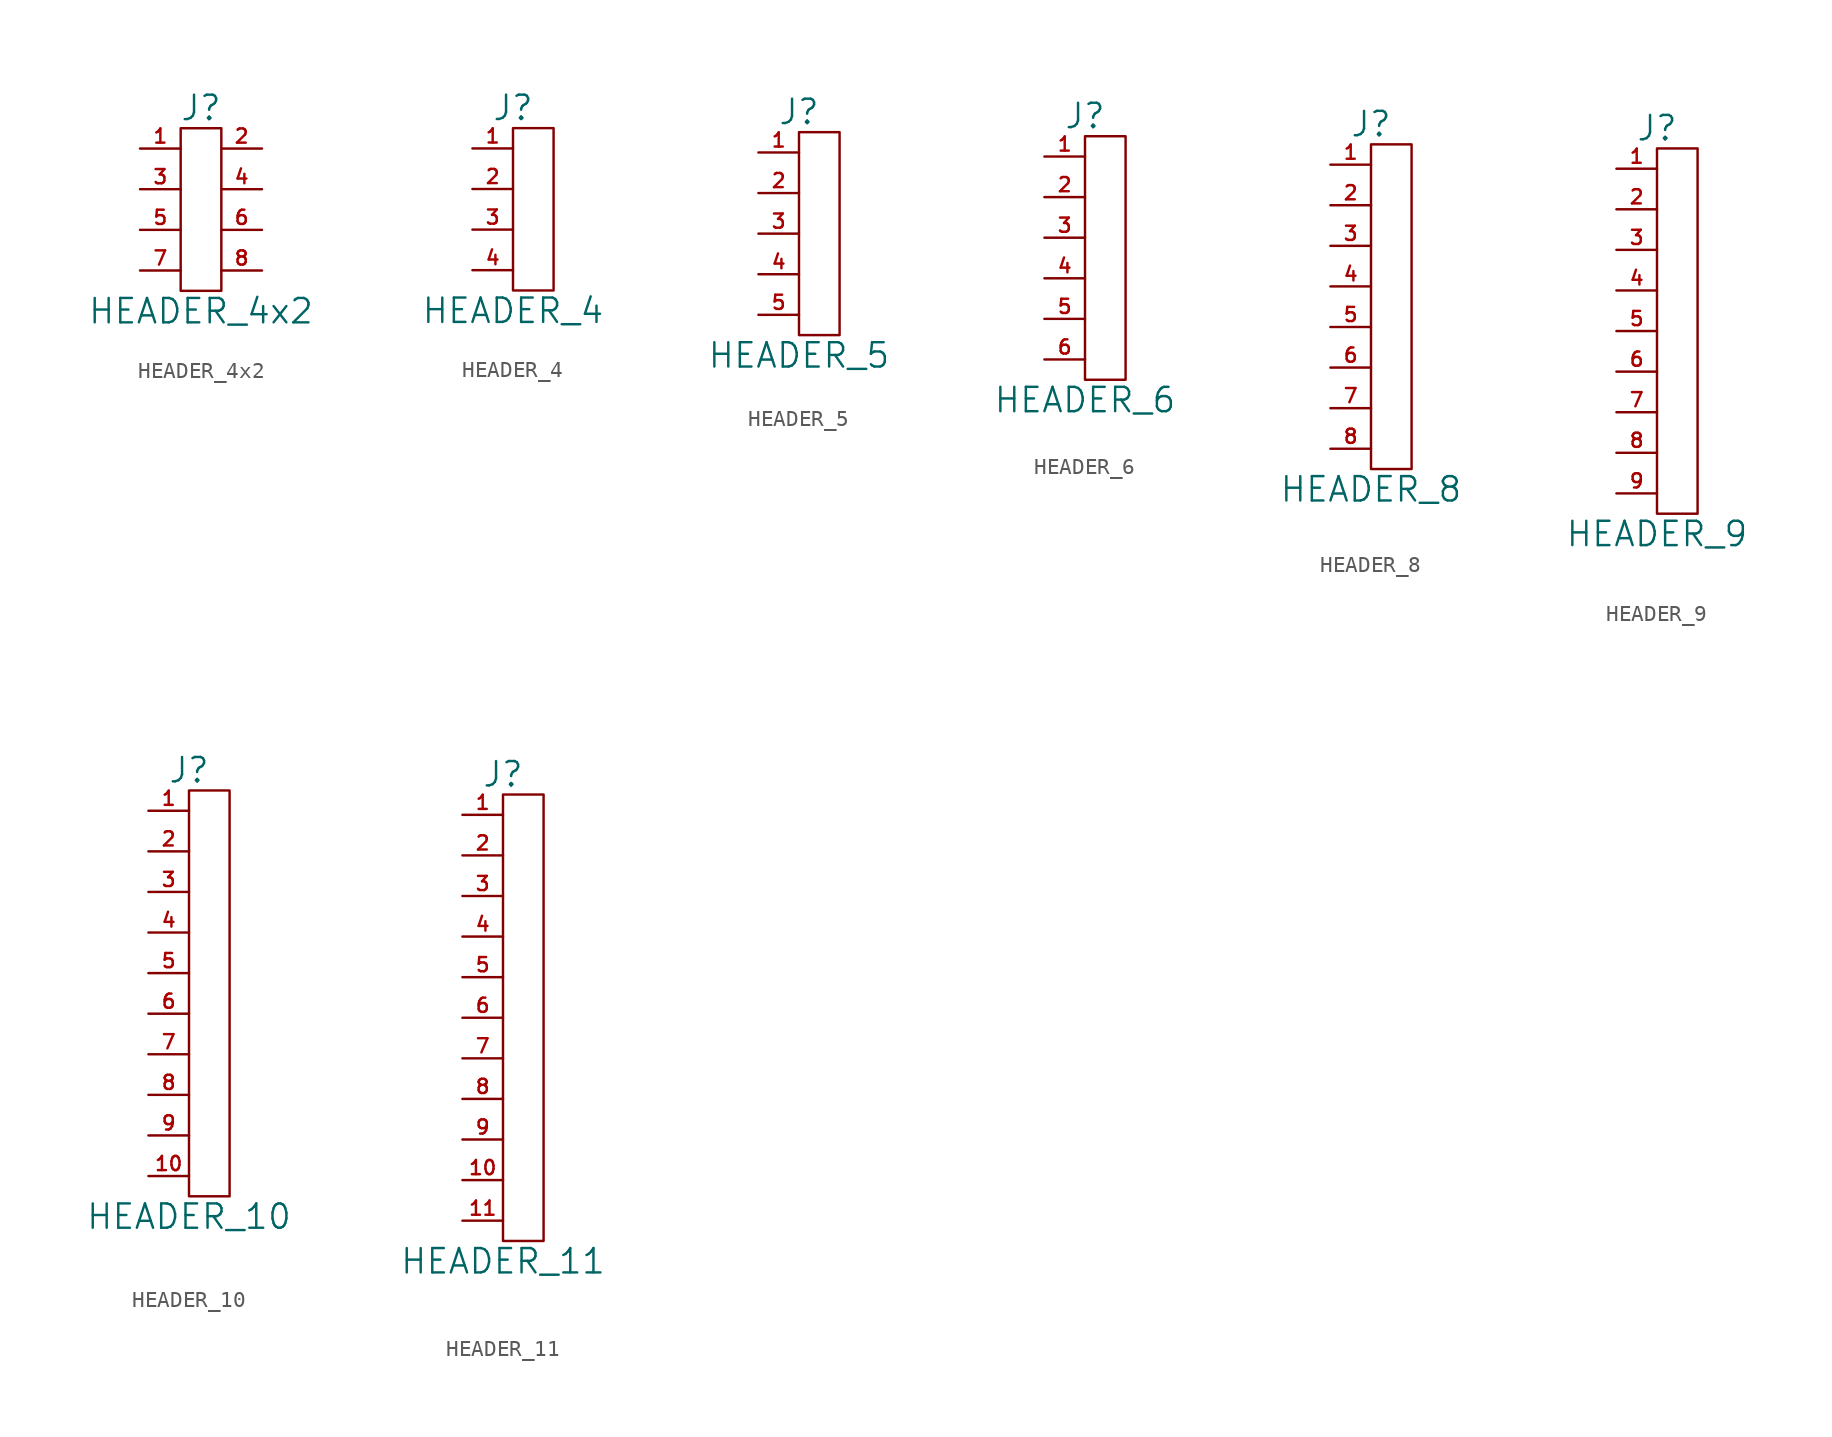
<source format=kicad_sym>
(kicad_symbol_lib
  (version 20211014)
  (generator kicad_symbol_editor)
  (symbol "HEADER_4x2"
    (pin_names
      (offset 0))
    (property "Reference" "J"
      (at 0 6.35 0)
      (effects (font (size 1.524 1.524))))
    (property "Value" "HEADER_4x2"
      (at 0 -6.35 0)
      (effects (font (size 1.524 1.524))))
    (property "Footprint" ""
      (at 0 0 0)
      (effects (font (size 1.524 1.524))))
    (property "Datasheet" ""
      (at 0 0 0)
      (effects (font (size 1.524 1.524))))
    (symbol "HEADER_4x2_0_1"
      (rectangle (start 1.27 5.08) (end -1.27 -5.08) (stroke (width 0) (type default) (color 0 0 0 0)) (fill (type none))))
    (symbol "HEADER_4x2_1_1"
      (pin passive line (at -3.81 3.81 0) (length 2.54) (name "~" (effects (font (size 1.27 1.27)))) (number "1" (effects (font (size 0.889 0.889)))))
      (pin passive line (at 3.81 3.81 180) (length 2.54) (name "~" (effects (font (size 1.27 1.27)))) (number "2" (effects (font (size 0.889 0.889)))))
      (pin passive line (at -3.81 1.27 0) (length 2.54) (name "~" (effects (font (size 1.27 1.27)))) (number "3" (effects (font (size 0.889 0.889)))))
      (pin passive line (at 3.81 1.27 180) (length 2.54) (name "~" (effects (font (size 1.27 1.27)))) (number "4" (effects (font (size 0.889 0.889)))))
      (pin passive line (at -3.81 -1.27 0) (length 2.54) (name "~" (effects (font (size 1.27 1.27)))) (number "5" (effects (font (size 0.889 0.889)))))
      (pin passive line (at 3.81 -1.27 180) (length 2.54) (name "~" (effects (font (size 1.27 1.27)))) (number "6" (effects (font (size 0.889 0.889)))))
      (pin passive line (at -3.81 -3.81 0) (length 2.54) (name "~" (effects (font (size 1.27 1.27)))) (number "7" (effects (font (size 0.889 0.889)))))
      (pin passive line (at 3.81 -3.81 180) (length 2.54) (name "~" (effects (font (size 1.27 1.27)))) (number "8" (effects (font (size 0.889 0.889)))))))
  (symbol "HEADER_4"
    (pin_names
      (offset 0))
    (property "Reference" "J"
      (at 0 6.35 0)
      (effects (font (size 1.524 1.524))))
    (property "Value" "HEADER_4"
      (at 0 -6.35 0)
      (effects (font (size 1.524 1.524))))
    (property "Footprint" ""
      (at 0 0 0)
      (effects (font (size 1.524 1.524))))
    (property "Datasheet" ""
      (at 0 0 0)
      (effects (font (size 1.524 1.524))))
    (symbol "HEADER_4_0_1"
      (rectangle (start 2.54 5.08) (end 0 -5.08) (stroke (width 0) (type default) (color 0 0 0 0)) (fill (type none))))
    (symbol "HEADER_4_1_1"
      (pin passive line (at -2.54 3.81 0) (length 2.54) (name "~" (effects (font (size 1.27 1.27)))) (number "1" (effects (font (size 0.889 0.889)))))
      (pin passive line (at -2.54 1.27 0) (length 2.54) (name "~" (effects (font (size 1.27 1.27)))) (number "2" (effects (font (size 0.889 0.889)))))
      (pin passive line (at -2.54 -1.27 0) (length 2.54) (name "~" (effects (font (size 1.27 1.27)))) (number "3" (effects (font (size 0.889 0.889)))))
      (pin passive line (at -2.54 -3.81 0) (length 2.54) (name "~" (effects (font (size 1.27 1.27)))) (number "4" (effects (font (size 0.889 0.889)))))))
  (symbol "HEADER_5"
    (pin_names
      (offset 0))
    (property "Reference" "J"
      (at 0 7.62 0)
      (effects (font (size 1.524 1.524))))
    (property "Value" "HEADER_5"
      (at 0 -7.62 0)
      (effects (font (size 1.524 1.524))))
    (property "Footprint" ""
      (at 0 0 0)
      (effects (font (size 1.524 1.524))))
    (property "Datasheet" ""
      (at 0 0 0)
      (effects (font (size 1.524 1.524))))
    (symbol "HEADER_5_0_1"
      (rectangle (start 2.54 6.35) (end 0 -6.35) (stroke (width 0) (type default) (color 0 0 0 0)) (fill (type none))))
    (symbol "HEADER_5_1_1"
      (pin passive line (at -2.54 5.08 0) (length 2.54) (name "~" (effects (font (size 1.27 1.27)))) (number "1" (effects (font (size 0.889 0.889)))))
      (pin passive line (at -2.54 2.54 0) (length 2.54) (name "~" (effects (font (size 1.27 1.27)))) (number "2" (effects (font (size 0.889 0.889)))))
      (pin passive line (at -2.54 0 0) (length 2.54) (name "~" (effects (font (size 1.27 1.27)))) (number "3" (effects (font (size 0.889 0.889)))))
      (pin passive line (at -2.54 -2.54 0) (length 2.54) (name "~" (effects (font (size 1.27 1.27)))) (number "4" (effects (font (size 0.889 0.889)))))
      (pin passive line (at -2.54 -5.08 0) (length 2.54) (name "~" (effects (font (size 1.27 1.27)))) (number "5" (effects (font (size 0.889 0.889)))))))
  (symbol "HEADER_6"
    (pin_names
      (offset 0))
    (property "Reference" "J"
      (at 0 8.89 0)
      (effects (font (size 1.524 1.524))))
    (property "Value" "HEADER_6"
      (at 0 -8.89 0)
      (effects (font (size 1.524 1.524))))
    (property "Footprint" ""
      (at 0 0 0)
      (effects (font (size 1.524 1.524))))
    (property "Datasheet" ""
      (at 0 0 0)
      (effects (font (size 1.524 1.524))))
    (symbol "HEADER_6_0_1"
      (rectangle (start 2.54 7.62) (end 0 -7.62) (stroke (width 0) (type default) (color 0 0 0 0)) (fill (type none))))
    (symbol "HEADER_6_1_1"
      (pin passive line (at -2.54 6.35 0) (length 2.54) (name "~" (effects (font (size 1.27 1.27)))) (number "1" (effects (font (size 0.889 0.889)))))
      (pin passive line (at -2.54 3.81 0) (length 2.54) (name "~" (effects (font (size 1.27 1.27)))) (number "2" (effects (font (size 0.889 0.889)))))
      (pin passive line (at -2.54 1.27 0) (length 2.54) (name "~" (effects (font (size 1.27 1.27)))) (number "3" (effects (font (size 0.889 0.889)))))
      (pin passive line (at -2.54 -1.27 0) (length 2.54) (name "~" (effects (font (size 1.27 1.27)))) (number "4" (effects (font (size 0.889 0.889)))))
      (pin passive line (at -2.54 -3.81 0) (length 2.54) (name "~" (effects (font (size 1.27 1.27)))) (number "5" (effects (font (size 0.889 0.889)))))
      (pin passive line (at -2.54 -6.35 0) (length 2.54) (name "~" (effects (font (size 1.27 1.27)))) (number "6" (effects (font (size 0.889 0.889)))))))
  (symbol "HEADER_8"
    (pin_names
      (offset 0))
    (property "Reference" "J"
      (at 0 11.43 0)
      (effects (font (size 1.524 1.524))))
    (property "Value" "HEADER_8"
      (at 0 -11.43 0)
      (effects (font (size 1.524 1.524))))
    (property "Footprint" ""
      (at 0 0 0)
      (effects (font (size 1.524 1.524))))
    (property "Datasheet" ""
      (at 0 0 0)
      (effects (font (size 1.524 1.524))))
    (symbol "HEADER_8_0_1"
      (rectangle (start 2.54 10.16) (end 0 -10.16) (stroke (width 0) (type default) (color 0 0 0 0)) (fill (type none))))
    (symbol "HEADER_8_1_1"
      (pin passive line (at -2.54 8.89 0) (length 2.54) (name "~" (effects (font (size 1.27 1.27)))) (number "1" (effects (font (size 0.889 0.889)))))
      (pin passive line (at -2.54 6.35 0) (length 2.54) (name "~" (effects (font (size 1.27 1.27)))) (number "2" (effects (font (size 0.889 0.889)))))
      (pin passive line (at -2.54 3.81 0) (length 2.54) (name "~" (effects (font (size 1.27 1.27)))) (number "3" (effects (font (size 0.889 0.889)))))
      (pin passive line (at -2.54 1.27 0) (length 2.54) (name "~" (effects (font (size 1.27 1.27)))) (number "4" (effects (font (size 0.889 0.889)))))
      (pin passive line (at -2.54 -1.27 0) (length 2.54) (name "~" (effects (font (size 1.27 1.27)))) (number "5" (effects (font (size 0.889 0.889)))))
      (pin passive line (at -2.54 -3.81 0) (length 2.54) (name "~" (effects (font (size 1.27 1.27)))) (number "6" (effects (font (size 0.889 0.889)))))
      (pin passive line (at -2.54 -6.35 0) (length 2.54) (name "~" (effects (font (size 1.27 1.27)))) (number "7" (effects (font (size 0.889 0.889)))))
      (pin passive line (at -2.54 -8.89 0) (length 2.54) (name "~" (effects (font (size 1.27 1.27)))) (number "8" (effects (font (size 0.889 0.889)))))))
  (symbol "HEADER_9"
    (pin_names
      (offset 0))
    (property "Reference" "J"
      (at 0 12.7 0)
      (effects (font (size 1.524 1.524))))
    (property "Value" "HEADER_9"
      (at 0 -12.7 0)
      (effects (font (size 1.524 1.524))))
    (property "Footprint" ""
      (at 0 0 0)
      (effects (font (size 1.524 1.524))))
    (property "Datasheet" ""
      (at 0 0 0)
      (effects (font (size 1.524 1.524))))
    (symbol "HEADER_9_0_1"
      (rectangle (start 2.54 11.43) (end 0 -11.43) (stroke (width 0) (type default) (color 0 0 0 0)) (fill (type none))))
    (symbol "HEADER_9_1_1"
      (pin passive line (at -2.54 10.16 0) (length 2.54) (name "~" (effects (font (size 1.27 1.27)))) (number "1" (effects (font (size 0.889 0.889)))))
      (pin passive line (at -2.54 7.62 0) (length 2.54) (name "~" (effects (font (size 1.27 1.27)))) (number "2" (effects (font (size 0.889 0.889)))))
      (pin passive line (at -2.54 5.08 0) (length 2.54) (name "~" (effects (font (size 1.27 1.27)))) (number "3" (effects (font (size 0.889 0.889)))))
      (pin passive line (at -2.54 2.54 0) (length 2.54) (name "~" (effects (font (size 1.27 1.27)))) (number "4" (effects (font (size 0.889 0.889)))))
      (pin passive line (at -2.54 0 0) (length 2.54) (name "~" (effects (font (size 1.27 1.27)))) (number "5" (effects (font (size 0.889 0.889)))))
      (pin passive line (at -2.54 -2.54 0) (length 2.54) (name "~" (effects (font (size 1.27 1.27)))) (number "6" (effects (font (size 0.889 0.889)))))
      (pin passive line (at -2.54 -5.08 0) (length 2.54) (name "~" (effects (font (size 1.27 1.27)))) (number "7" (effects (font (size 0.889 0.889)))))
      (pin passive line (at -2.54 -7.62 0) (length 2.54) (name "~" (effects (font (size 1.27 1.27)))) (number "8" (effects (font (size 0.889 0.889)))))
      (pin passive line (at -2.54 -10.16 0) (length 2.54) (name "~" (effects (font (size 1.27 1.27)))) (number "9" (effects (font (size 0.889 0.889)))))))
  (symbol "HEADER_10"
    (pin_names
      (offset 0))
    (property "Reference" "J"
      (at 0 13.97 0)
      (effects (font (size 1.524 1.524))))
    (property "Value" "HEADER_10"
      (at 0 -13.97 0)
      (effects (font (size 1.524 1.524))))
    (property "Footprint" ""
      (at 0 0 0)
      (effects (font (size 1.524 1.524))))
    (property "Datasheet" ""
      (at 0 0 0)
      (effects (font (size 1.524 1.524))))
    (symbol "HEADER_10_0_1"
      (rectangle (start 2.54 12.7) (end 0 -12.7) (stroke (width 0) (type default) (color 0 0 0 0)) (fill (type none))))
    (symbol "HEADER_10_1_1"
      (pin passive line (at -2.54 11.43 0) (length 2.54) (name "~" (effects (font (size 1.27 1.27)))) (number "1" (effects (font (size 0.889 0.889)))))
      (pin passive line (at -2.54 -11.43 0) (length 2.54) (name "~" (effects (font (size 1.27 1.27)))) (number "10" (effects (font (size 0.889 0.889)))))
      (pin passive line (at -2.54 8.89 0) (length 2.54) (name "~" (effects (font (size 1.27 1.27)))) (number "2" (effects (font (size 0.889 0.889)))))
      (pin passive line (at -2.54 6.35 0) (length 2.54) (name "~" (effects (font (size 1.27 1.27)))) (number "3" (effects (font (size 0.889 0.889)))))
      (pin passive line (at -2.54 3.81 0) (length 2.54) (name "~" (effects (font (size 1.27 1.27)))) (number "4" (effects (font (size 0.889 0.889)))))
      (pin passive line (at -2.54 1.27 0) (length 2.54) (name "~" (effects (font (size 1.27 1.27)))) (number "5" (effects (font (size 0.889 0.889)))))
      (pin passive line (at -2.54 -1.27 0) (length 2.54) (name "~" (effects (font (size 1.27 1.27)))) (number "6" (effects (font (size 0.889 0.889)))))
      (pin passive line (at -2.54 -3.81 0) (length 2.54) (name "~" (effects (font (size 1.27 1.27)))) (number "7" (effects (font (size 0.889 0.889)))))
      (pin passive line (at -2.54 -6.35 0) (length 2.54) (name "~" (effects (font (size 1.27 1.27)))) (number "8" (effects (font (size 0.889 0.889)))))
      (pin passive line (at -2.54 -8.89 0) (length 2.54) (name "~" (effects (font (size 1.27 1.27)))) (number "9" (effects (font (size 0.889 0.889)))))))
  (symbol "HEADER_11"
    (pin_names
      (offset 0))
    (property "Reference" "J"
      (at 0 15.24 0)
      (effects (font (size 1.524 1.524))))
    (property "Value" "HEADER_11"
      (at 0 -15.24 0)
      (effects (font (size 1.524 1.524))))
    (property "Footprint" ""
      (at 0 0 0)
      (effects (font (size 1.524 1.524))))
    (property "Datasheet" ""
      (at 0 0 0)
      (effects (font (size 1.524 1.524))))
    (symbol "HEADER_11_0_1"
      (rectangle (start 2.54 13.97) (end 0 -13.97) (stroke (width 0) (type default) (color 0 0 0 0)) (fill (type none))))
    (symbol "HEADER_11_1_1"
      (pin passive line (at -2.54 12.7 0) (length 2.54) (name "~" (effects (font (size 1.27 1.27)))) (number "1" (effects (font (size 0.889 0.889)))))
      (pin passive line (at -2.54 -10.16 0) (length 2.54) (name "~" (effects (font (size 1.27 1.27)))) (number "10" (effects (font (size 0.889 0.889)))))
      (pin passive line (at -2.54 -12.7 0) (length 2.54) (name "~" (effects (font (size 1.27 1.27)))) (number "11" (effects (font (size 0.889 0.889)))))
      (pin passive line (at -2.54 10.16 0) (length 2.54) (name "~" (effects (font (size 1.27 1.27)))) (number "2" (effects (font (size 0.889 0.889)))))
      (pin passive line (at -2.54 7.62 0) (length 2.54) (name "~" (effects (font (size 1.27 1.27)))) (number "3" (effects (font (size 0.889 0.889)))))
      (pin passive line (at -2.54 5.08 0) (length 2.54) (name "~" (effects (font (size 1.27 1.27)))) (number "4" (effects (font (size 0.889 0.889)))))
      (pin passive line (at -2.54 2.54 0) (length 2.54) (name "~" (effects (font (size 1.27 1.27)))) (number "5" (effects (font (size 0.889 0.889)))))
      (pin passive line (at -2.54 0 0) (length 2.54) (name "~" (effects (font (size 1.27 1.27)))) (number "6" (effects (font (size 0.889 0.889)))))
      (pin passive line (at -2.54 -2.54 0) (length 2.54) (name "~" (effects (font (size 1.27 1.27)))) (number "7" (effects (font (size 0.889 0.889)))))
      (pin passive line (at -2.54 -5.08 0) (length 2.54) (name "~" (effects (font (size 1.27 1.27)))) (number "8" (effects (font (size 0.889 0.889)))))
      (pin passive line (at -2.54 -7.62 0) (length 2.54) (name "~" (effects (font (size 1.27 1.27)))) (number "9" (effects (font (size 0.889 0.889))))))))
</source>
